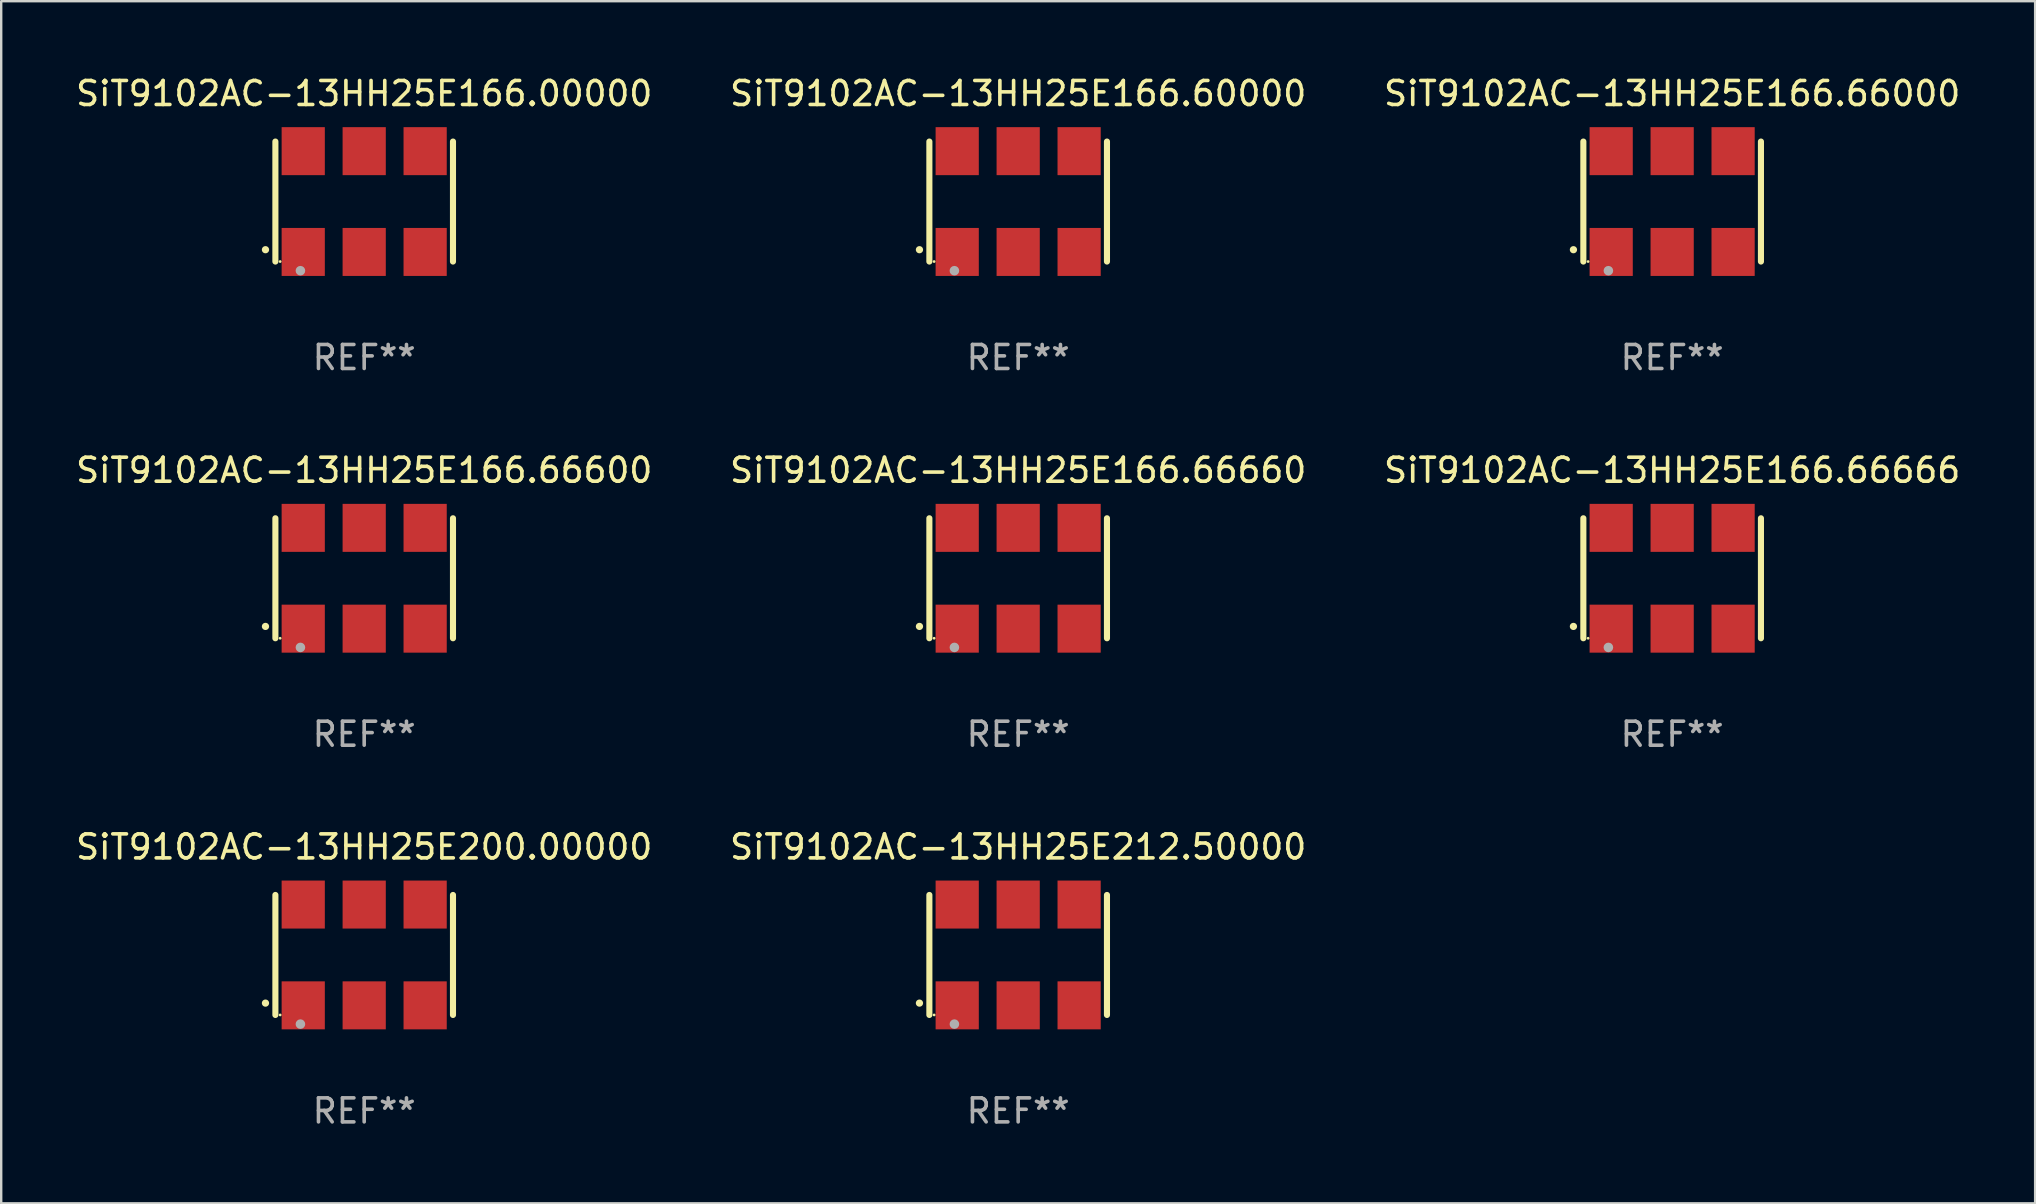
<source format=kicad_pcb>
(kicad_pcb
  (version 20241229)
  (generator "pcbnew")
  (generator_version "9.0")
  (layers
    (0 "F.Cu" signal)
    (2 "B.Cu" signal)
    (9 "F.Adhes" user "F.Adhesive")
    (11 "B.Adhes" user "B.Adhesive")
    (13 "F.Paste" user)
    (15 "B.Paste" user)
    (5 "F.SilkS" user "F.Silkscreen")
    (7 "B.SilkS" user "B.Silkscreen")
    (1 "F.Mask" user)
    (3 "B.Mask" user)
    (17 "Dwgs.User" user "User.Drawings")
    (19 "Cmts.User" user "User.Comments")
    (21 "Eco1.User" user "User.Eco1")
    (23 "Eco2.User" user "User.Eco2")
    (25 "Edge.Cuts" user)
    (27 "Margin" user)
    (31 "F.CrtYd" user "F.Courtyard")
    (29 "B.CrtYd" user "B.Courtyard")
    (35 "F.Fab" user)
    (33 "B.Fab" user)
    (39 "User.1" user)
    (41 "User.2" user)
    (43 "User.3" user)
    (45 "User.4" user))
  (footprint "SiT9102AC-13HH25E200.00000"
    (layer "F.Cu")
    (at 12.125 36.741)
    (property "Reference" "SiT9102AC-13HH25E200.00000" (at 0 -4.5 0) (layer "F.SilkS") (effects (font (size 1 1) (thickness 0.15))))
    (attr through_hole)
    (fp_line (start -3.7 -2.5) (end -3.7 2.5) (stroke (width 0.254) (type solid)) (layer "F.SilkS"))
    (fp_line (start 3.7 -2.5) (end 3.7 2.5) (stroke (width 0.254) (type solid)) (layer "F.SilkS"))
    (fp_arc (start -4.114415 2.006604) (mid -4.113145 2.006599) (end -4.111875 2.006604) (stroke (width 0.3) (type solid)) (layer "F.SilkS"))
    (fp_circle (center -3.502 2.5) (end -3.472 2.5) (stroke (width 0.06) (type solid)) (fill no) (layer "F.SilkS"))
    (fp_circle (center -2.657 2.882) (end -2.557 2.882) (stroke (width 0.2) (type solid)) (fill no) (layer "F.Fab"))
    (fp_text user "REF**" (at 0 6.5 0) (layer "F.Fab") (effects (font (size 1 1) (thickness 0.15))))
    (pad "1" smd rect (at -2.54 2.1) (size 1.8 2) (layers "F.Cu" "F.Mask" "F.Paste"))
    (pad "2" smd rect (at 0.000394 2.1) (size 1.8 2) (layers "F.Cu" "F.Mask" "F.Paste"))
    (pad "3" smd rect (at 2.54 2.1) (size 1.8 2) (layers "F.Cu" "F.Mask" "F.Paste"))
    (pad "4" smd rect (at 2.54 -2.1) (size 1.8 2) (layers "F.Cu" "F.Mask" "F.Paste"))
    (pad "5" smd rect (at 0.000394 -2.1) (size 1.8 2) (layers "F.Cu" "F.Mask" "F.Paste"))
    (pad "6" smd rect (at -2.54 -2.1) (size 1.8 2) (layers "F.Cu" "F.Mask" "F.Paste")))
  (footprint "SiT9102AC-13HH25E166.66660"
    (layer "F.Cu")
    (at 39.375 21.045)
    (property "Reference" "SiT9102AC-13HH25E166.66660" (at 0 -4.5 0) (layer "F.SilkS") (effects (font (size 1 1) (thickness 0.15))))
    (attr through_hole)
    (fp_line (start -3.7 -2.5) (end -3.7 2.5) (stroke (width 0.254) (type solid)) (layer "F.SilkS"))
    (fp_line (start 3.7 -2.5) (end 3.7 2.5) (stroke (width 0.254) (type solid)) (layer "F.SilkS"))
    (fp_arc (start -4.114415 2.006604) (mid -4.113145 2.006599) (end -4.111875 2.006604) (stroke (width 0.3) (type solid)) (layer "F.SilkS"))
    (fp_circle (center -3.502 2.5) (end -3.472 2.5) (stroke (width 0.06) (type solid)) (fill no) (layer "F.SilkS"))
    (fp_circle (center -2.657 2.882) (end -2.557 2.882) (stroke (width 0.2) (type solid)) (fill no) (layer "F.Fab"))
    (fp_text user "REF**" (at 0 6.5 0) (layer "F.Fab") (effects (font (size 1 1) (thickness 0.15))))
    (pad "1" smd rect (at -2.54 2.1) (size 1.8 2) (layers "F.Cu" "F.Mask" "F.Paste"))
    (pad "2" smd rect (at 0.000394 2.1) (size 1.8 2) (layers "F.Cu" "F.Mask" "F.Paste"))
    (pad "3" smd rect (at 2.54 2.1) (size 1.8 2) (layers "F.Cu" "F.Mask" "F.Paste"))
    (pad "4" smd rect (at 2.54 -2.1) (size 1.8 2) (layers "F.Cu" "F.Mask" "F.Paste"))
    (pad "5" smd rect (at 0.000394 -2.1) (size 1.8 2) (layers "F.Cu" "F.Mask" "F.Paste"))
    (pad "6" smd rect (at -2.54 -2.1) (size 1.8 2) (layers "F.Cu" "F.Mask" "F.Paste")))
  (footprint "SiT9102AC-13HH25E166.66600"
    (layer "F.Cu")
    (at 12.125 21.045)
    (property "Reference" "SiT9102AC-13HH25E166.66600" (at 0 -4.5 0) (layer "F.SilkS") (effects (font (size 1 1) (thickness 0.15))))
    (attr through_hole)
    (fp_line (start -3.7 -2.5) (end -3.7 2.5) (stroke (width 0.254) (type solid)) (layer "F.SilkS"))
    (fp_line (start 3.7 -2.5) (end 3.7 2.5) (stroke (width 0.254) (type solid)) (layer "F.SilkS"))
    (fp_arc (start -4.114415 2.006604) (mid -4.113145 2.006599) (end -4.111875 2.006604) (stroke (width 0.3) (type solid)) (layer "F.SilkS"))
    (fp_circle (center -3.502 2.5) (end -3.472 2.5) (stroke (width 0.06) (type solid)) (fill no) (layer "F.SilkS"))
    (fp_circle (center -2.657 2.882) (end -2.557 2.882) (stroke (width 0.2) (type solid)) (fill no) (layer "F.Fab"))
    (fp_text user "REF**" (at 0 6.5 0) (layer "F.Fab") (effects (font (size 1 1) (thickness 0.15))))
    (pad "1" smd rect (at -2.54 2.1) (size 1.8 2) (layers "F.Cu" "F.Mask" "F.Paste"))
    (pad "2" smd rect (at 0.000394 2.1) (size 1.8 2) (layers "F.Cu" "F.Mask" "F.Paste"))
    (pad "3" smd rect (at 2.54 2.1) (size 1.8 2) (layers "F.Cu" "F.Mask" "F.Paste"))
    (pad "4" smd rect (at 2.54 -2.1) (size 1.8 2) (layers "F.Cu" "F.Mask" "F.Paste"))
    (pad "5" smd rect (at 0.000394 -2.1) (size 1.8 2) (layers "F.Cu" "F.Mask" "F.Paste"))
    (pad "6" smd rect (at -2.54 -2.1) (size 1.8 2) (layers "F.Cu" "F.Mask" "F.Paste")))
  (footprint "SiT9102AC-13HH25E166.66000"
    (layer "F.Cu")
    (at 66.625 5.348)
    (property "Reference" "SiT9102AC-13HH25E166.66000" (at 0 -4.5 0) (layer "F.SilkS") (effects (font (size 1 1) (thickness 0.15))))
    (attr through_hole)
    (fp_line (start -3.7 -2.5) (end -3.7 2.5) (stroke (width 0.254) (type solid)) (layer "F.SilkS"))
    (fp_line (start 3.7 -2.5) (end 3.7 2.5) (stroke (width 0.254) (type solid)) (layer "F.SilkS"))
    (fp_arc (start -4.114415 2.006604) (mid -4.113145 2.006599) (end -4.111875 2.006604) (stroke (width 0.3) (type solid)) (layer "F.SilkS"))
    (fp_circle (center -3.502 2.5) (end -3.472 2.5) (stroke (width 0.06) (type solid)) (fill no) (layer "F.SilkS"))
    (fp_circle (center -2.657 2.882) (end -2.557 2.882) (stroke (width 0.2) (type solid)) (fill no) (layer "F.Fab"))
    (fp_text user "REF**" (at 0 6.5 0) (layer "F.Fab") (effects (font (size 1 1) (thickness 0.15))))
    (pad "1" smd rect (at -2.54 2.1) (size 1.8 2) (layers "F.Cu" "F.Mask" "F.Paste"))
    (pad "2" smd rect (at 0.000394 2.1) (size 1.8 2) (layers "F.Cu" "F.Mask" "F.Paste"))
    (pad "3" smd rect (at 2.54 2.1) (size 1.8 2) (layers "F.Cu" "F.Mask" "F.Paste"))
    (pad "4" smd rect (at 2.54 -2.1) (size 1.8 2) (layers "F.Cu" "F.Mask" "F.Paste"))
    (pad "5" smd rect (at 0.000394 -2.1) (size 1.8 2) (layers "F.Cu" "F.Mask" "F.Paste"))
    (pad "6" smd rect (at -2.54 -2.1) (size 1.8 2) (layers "F.Cu" "F.Mask" "F.Paste")))
  (footprint "SiT9102AC-13HH25E166.00000"
    (layer "F.Cu")
    (at 12.125 5.348)
    (property "Reference" "SiT9102AC-13HH25E166.00000" (at 0 -4.5 0) (layer "F.SilkS") (effects (font (size 1 1) (thickness 0.15))))
    (attr through_hole)
    (fp_line (start -3.7 -2.5) (end -3.7 2.5) (stroke (width 0.254) (type solid)) (layer "F.SilkS"))
    (fp_line (start 3.7 -2.5) (end 3.7 2.5) (stroke (width 0.254) (type solid)) (layer "F.SilkS"))
    (fp_arc (start -4.114415 2.006604) (mid -4.113145 2.006599) (end -4.111875 2.006604) (stroke (width 0.3) (type solid)) (layer "F.SilkS"))
    (fp_circle (center -3.502 2.5) (end -3.472 2.5) (stroke (width 0.06) (type solid)) (fill no) (layer "F.SilkS"))
    (fp_circle (center -2.657 2.882) (end -2.557 2.882) (stroke (width 0.2) (type solid)) (fill no) (layer "F.Fab"))
    (fp_text user "REF**" (at 0 6.5 0) (layer "F.Fab") (effects (font (size 1 1) (thickness 0.15))))
    (pad "1" smd rect (at -2.54 2.1) (size 1.8 2) (layers "F.Cu" "F.Mask" "F.Paste"))
    (pad "2" smd rect (at 0.000394 2.1) (size 1.8 2) (layers "F.Cu" "F.Mask" "F.Paste"))
    (pad "3" smd rect (at 2.54 2.1) (size 1.8 2) (layers "F.Cu" "F.Mask" "F.Paste"))
    (pad "4" smd rect (at 2.54 -2.1) (size 1.8 2) (layers "F.Cu" "F.Mask" "F.Paste"))
    (pad "5" smd rect (at 0.000394 -2.1) (size 1.8 2) (layers "F.Cu" "F.Mask" "F.Paste"))
    (pad "6" smd rect (at -2.54 -2.1) (size 1.8 2) (layers "F.Cu" "F.Mask" "F.Paste")))
  (footprint "SiT9102AC-13HH25E166.60000"
    (layer "F.Cu")
    (at 39.375 5.348)
    (property "Reference" "SiT9102AC-13HH25E166.60000" (at 0 -4.5 0) (layer "F.SilkS") (effects (font (size 1 1) (thickness 0.15))))
    (attr through_hole)
    (fp_line (start -3.7 -2.5) (end -3.7 2.5) (stroke (width 0.254) (type solid)) (layer "F.SilkS"))
    (fp_line (start 3.7 -2.5) (end 3.7 2.5) (stroke (width 0.254) (type solid)) (layer "F.SilkS"))
    (fp_arc (start -4.114415 2.006604) (mid -4.113145 2.006599) (end -4.111875 2.006604) (stroke (width 0.3) (type solid)) (layer "F.SilkS"))
    (fp_circle (center -3.502 2.5) (end -3.472 2.5) (stroke (width 0.06) (type solid)) (fill no) (layer "F.SilkS"))
    (fp_circle (center -2.657 2.882) (end -2.557 2.882) (stroke (width 0.2) (type solid)) (fill no) (layer "F.Fab"))
    (fp_text user "REF**" (at 0 6.5 0) (layer "F.Fab") (effects (font (size 1 1) (thickness 0.15))))
    (pad "1" smd rect (at -2.54 2.1) (size 1.8 2) (layers "F.Cu" "F.Mask" "F.Paste"))
    (pad "2" smd rect (at 0.000394 2.1) (size 1.8 2) (layers "F.Cu" "F.Mask" "F.Paste"))
    (pad "3" smd rect (at 2.54 2.1) (size 1.8 2) (layers "F.Cu" "F.Mask" "F.Paste"))
    (pad "4" smd rect (at 2.54 -2.1) (size 1.8 2) (layers "F.Cu" "F.Mask" "F.Paste"))
    (pad "5" smd rect (at 0.000394 -2.1) (size 1.8 2) (layers "F.Cu" "F.Mask" "F.Paste"))
    (pad "6" smd rect (at -2.54 -2.1) (size 1.8 2) (layers "F.Cu" "F.Mask" "F.Paste")))
  (footprint "SiT9102AC-13HH25E166.66666"
    (layer "F.Cu")
    (at 66.625 21.045)
    (property "Reference" "SiT9102AC-13HH25E166.66666" (at 0 -4.5 0) (layer "F.SilkS") (effects (font (size 1 1) (thickness 0.15))))
    (attr through_hole)
    (fp_line (start -3.7 -2.5) (end -3.7 2.5) (stroke (width 0.254) (type solid)) (layer "F.SilkS"))
    (fp_line (start 3.7 -2.5) (end 3.7 2.5) (stroke (width 0.254) (type solid)) (layer "F.SilkS"))
    (fp_arc (start -4.114415 2.006604) (mid -4.113145 2.006599) (end -4.111875 2.006604) (stroke (width 0.3) (type solid)) (layer "F.SilkS"))
    (fp_circle (center -3.502 2.5) (end -3.472 2.5) (stroke (width 0.06) (type solid)) (fill no) (layer "F.SilkS"))
    (fp_circle (center -2.657 2.882) (end -2.557 2.882) (stroke (width 0.2) (type solid)) (fill no) (layer "F.Fab"))
    (fp_text user "REF**" (at 0 6.5 0) (layer "F.Fab") (effects (font (size 1 1) (thickness 0.15))))
    (pad "1" smd rect (at -2.54 2.1) (size 1.8 2) (layers "F.Cu" "F.Mask" "F.Paste"))
    (pad "2" smd rect (at 0.000394 2.1) (size 1.8 2) (layers "F.Cu" "F.Mask" "F.Paste"))
    (pad "3" smd rect (at 2.54 2.1) (size 1.8 2) (layers "F.Cu" "F.Mask" "F.Paste"))
    (pad "4" smd rect (at 2.54 -2.1) (size 1.8 2) (layers "F.Cu" "F.Mask" "F.Paste"))
    (pad "5" smd rect (at 0.000394 -2.1) (size 1.8 2) (layers "F.Cu" "F.Mask" "F.Paste"))
    (pad "6" smd rect (at -2.54 -2.1) (size 1.8 2) (layers "F.Cu" "F.Mask" "F.Paste")))
  (footprint "SiT9102AC-13HH25E212.50000"
    (layer "F.Cu")
    (at 39.375 36.741)
    (property "Reference" "SiT9102AC-13HH25E212.50000" (at 0 -4.5 0) (layer "F.SilkS") (effects (font (size 1 1) (thickness 0.15))))
    (attr through_hole)
    (fp_line (start -3.7 -2.5) (end -3.7 2.5) (stroke (width 0.254) (type solid)) (layer "F.SilkS"))
    (fp_line (start 3.7 -2.5) (end 3.7 2.5) (stroke (width 0.254) (type solid)) (layer "F.SilkS"))
    (fp_arc (start -4.114415 2.006604) (mid -4.113145 2.006599) (end -4.111875 2.006604) (stroke (width 0.3) (type solid)) (layer "F.SilkS"))
    (fp_circle (center -3.502 2.5) (end -3.472 2.5) (stroke (width 0.06) (type solid)) (fill no) (layer "F.SilkS"))
    (fp_circle (center -2.657 2.882) (end -2.557 2.882) (stroke (width 0.2) (type solid)) (fill no) (layer "F.Fab"))
    (fp_text user "REF**" (at 0 6.5 0) (layer "F.Fab") (effects (font (size 1 1) (thickness 0.15))))
    (pad "1" smd rect (at -2.54 2.1) (size 1.8 2) (layers "F.Cu" "F.Mask" "F.Paste"))
    (pad "2" smd rect (at 0.000394 2.1) (size 1.8 2) (layers "F.Cu" "F.Mask" "F.Paste"))
    (pad "3" smd rect (at 2.54 2.1) (size 1.8 2) (layers "F.Cu" "F.Mask" "F.Paste"))
    (pad "4" smd rect (at 2.54 -2.1) (size 1.8 2) (layers "F.Cu" "F.Mask" "F.Paste"))
    (pad "5" smd rect (at 0.000394 -2.1) (size 1.8 2) (layers "F.Cu" "F.Mask" "F.Paste"))
    (pad "6" smd rect (at -2.54 -2.1) (size 1.8 2) (layers "F.Cu" "F.Mask" "F.Paste")))
  (gr_rect
    (start -3 -3)
    (end 81.75 47.09)
    (stroke (width 0.1) (type default))
    (fill no)
    (layer "Edge.Cuts")))
</source>
